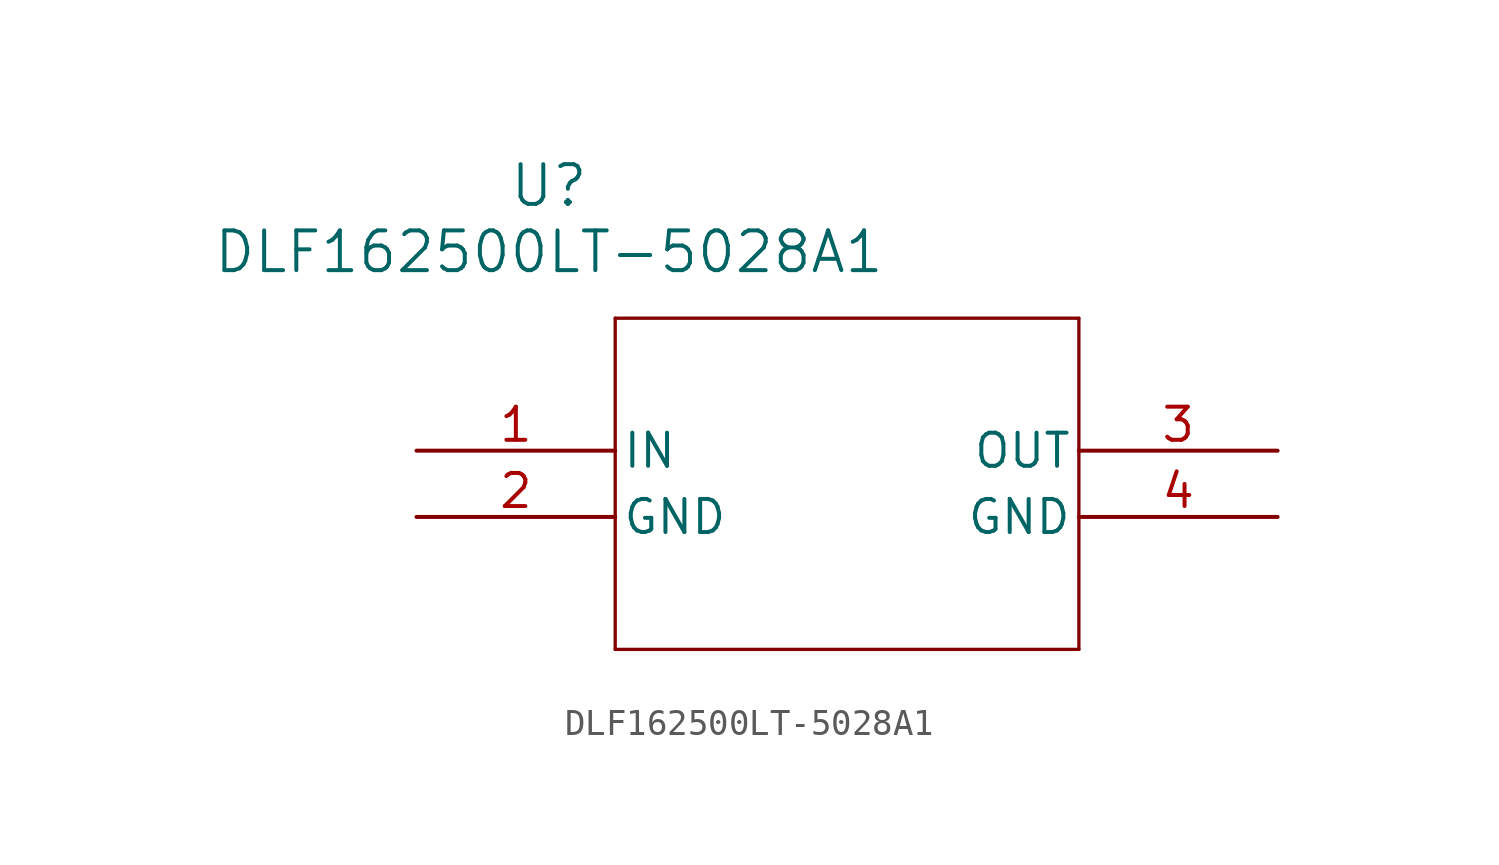
<source format=kicad_sym>
(kicad_symbol_lib
  (version 20231120)
  (generator "kicad_symbol_editor")
  (generator_version "8.0")
  (symbol "DLF162500LT-5028A1"
    (pin_names
      (offset 0.254))
    (property "Reference" "U"
      (at 27.94 10.16 0)
      (effects (font (size 1.524 1.524))))
    (property "Value" "DLF162500LT-5028A1"
      (at 27.94 7.62 0)
      (effects (font (size 1.524 1.524))))
    (property "ki_locked" ""
      (at 0 0 0)
      (effects (font (size 1.27 1.27))))
    (symbol "DLF162500LT-5028A1_0_1"
      (polyline (pts (xy 30.48 -7.62) (xy 48.26 -7.62)) (stroke (width 0.127) (type default)) (fill (type none)))
      (polyline (pts (xy 30.48 5.08) (xy 30.48 -7.62)) (stroke (width 0.127) (type default)) (fill (type none)))
      (polyline (pts (xy 48.26 -7.62) (xy 48.26 5.08)) (stroke (width 0.127) (type default)) (fill (type none)))
      (polyline (pts (xy 48.26 5.08) (xy 30.48 5.08)) (stroke (width 0.127) (type default)) (fill (type none)))
      (pin input line (at 22.86 0 0) (length 7.62) (name "IN" (effects (font (size 1.27 1.27)))) (number "1" (effects (font (size 1.27 1.27)))))
      (pin power_in line (at 22.86 -2.54 0) (length 7.62) (name "GND" (effects (font (size 1.27 1.27)))) (number "2" (effects (font (size 1.27 1.27)))))
      (pin output line (at 55.88 0 180) (length 7.62) (name "OUT" (effects (font (size 1.27 1.27)))) (number "3" (effects (font (size 1.27 1.27)))))
      (pin power_in line (at 55.88 -2.54 180) (length 7.62) (name "GND" (effects (font (size 1.27 1.27)))) (number "4" (effects (font (size 1.27 1.27))))))))
</source>
